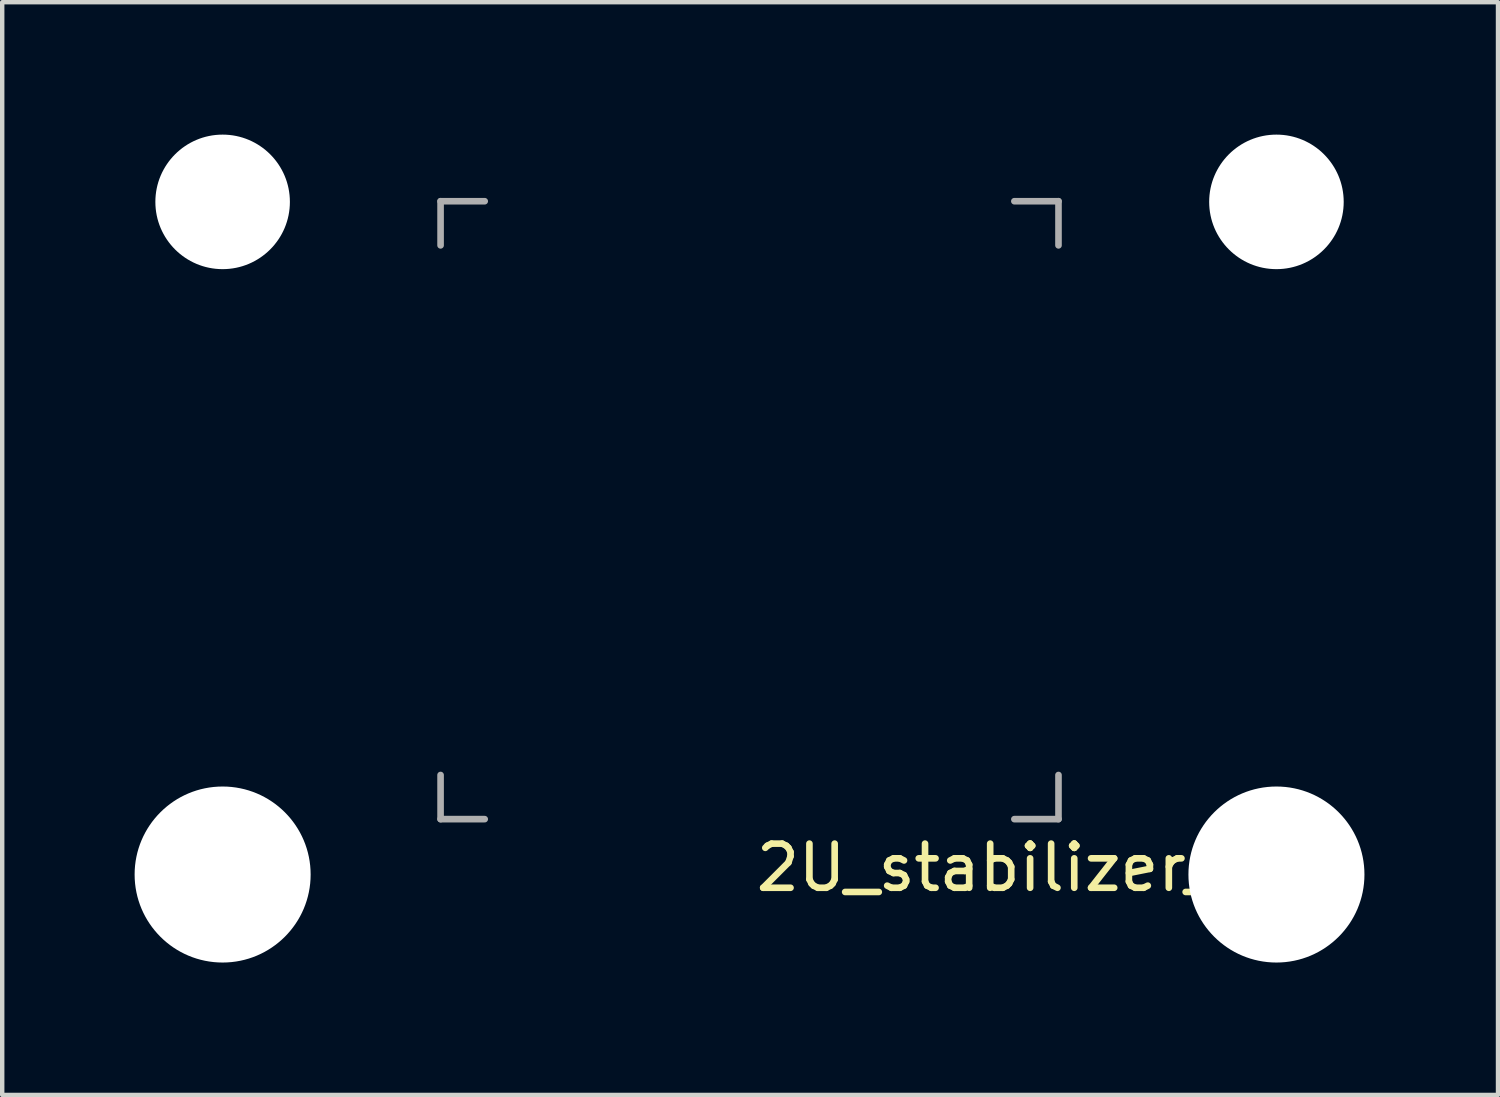
<source format=kicad_pcb>
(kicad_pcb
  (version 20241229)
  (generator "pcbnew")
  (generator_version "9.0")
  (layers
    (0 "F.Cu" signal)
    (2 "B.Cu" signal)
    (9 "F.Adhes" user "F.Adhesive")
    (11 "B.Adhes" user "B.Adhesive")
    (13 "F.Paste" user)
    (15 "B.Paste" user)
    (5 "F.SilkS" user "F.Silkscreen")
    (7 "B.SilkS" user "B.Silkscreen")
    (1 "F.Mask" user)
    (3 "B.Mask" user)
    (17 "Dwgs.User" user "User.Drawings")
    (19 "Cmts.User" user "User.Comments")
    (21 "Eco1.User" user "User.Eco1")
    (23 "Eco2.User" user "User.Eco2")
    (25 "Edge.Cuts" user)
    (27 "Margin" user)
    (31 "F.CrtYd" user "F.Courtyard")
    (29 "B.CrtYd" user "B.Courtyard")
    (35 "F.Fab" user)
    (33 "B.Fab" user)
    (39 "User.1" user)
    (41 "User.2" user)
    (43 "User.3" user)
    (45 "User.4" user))
  (footprint "2U_stabilizer_hole"
    (layer "F.Cu")
    (at 13.932 8.509)
    (property "Reference" "2U_stabilizer_hole" (at 7 8.1 0) (layer "F.SilkS") (effects (font (size 1 1) (thickness 0.15))))
    (attr through_hole)
    (fp_line (start -7 -7) (end -7 -6) (stroke (width 0.15) (type solid)) (layer "F.Fab"))
    (fp_line (start -7 6) (end -7 7) (stroke (width 0.15) (type solid)) (layer "F.Fab"))
    (fp_line (start -7 7) (end -6 7) (stroke (width 0.15) (type solid)) (layer "F.Fab"))
    (fp_line (start -6 -7) (end -7 -7) (stroke (width 0.15) (type solid)) (layer "F.Fab"))
    (fp_line (start 6 -7) (end 7 -7) (stroke (width 0.15) (type solid)) (layer "F.Fab"))
    (fp_line (start 6 7) (end 7 7) (stroke (width 0.15) (type solid)) (layer "F.Fab"))
    (fp_line (start 7 -7) (end 7 -6) (stroke (width 0.15) (type solid)) (layer "F.Fab"))
    (fp_line (start 7 7) (end 7 6) (stroke (width 0.15) (type solid)) (layer "F.Fab"))
    (pad "" np_thru_hole circle (at -11.938 -6.985) (size 3.048 3.048) (drill 3.048) (layers "*.Cu" "*.Mask"))
    (pad "" np_thru_hole circle (at -11.938 8.255) (size 3.988 3.988) (drill 3.988) (layers "*.Cu" "*.Mask"))
    (pad "" np_thru_hole circle (at 11.938 -6.985) (size 3.048 3.048) (drill 3.048) (layers "*.Cu" "*.Mask"))
    (pad "" np_thru_hole circle (at 11.938 8.255) (size 3.988 3.988) (drill 3.988) (layers "*.Cu" "*.Mask")))
  (gr_rect
    (start -3 -3)
    (end 30.89 21.758)
    (stroke (width 0.1) (type default))
    (fill no)
    (layer "Edge.Cuts")))
</source>
